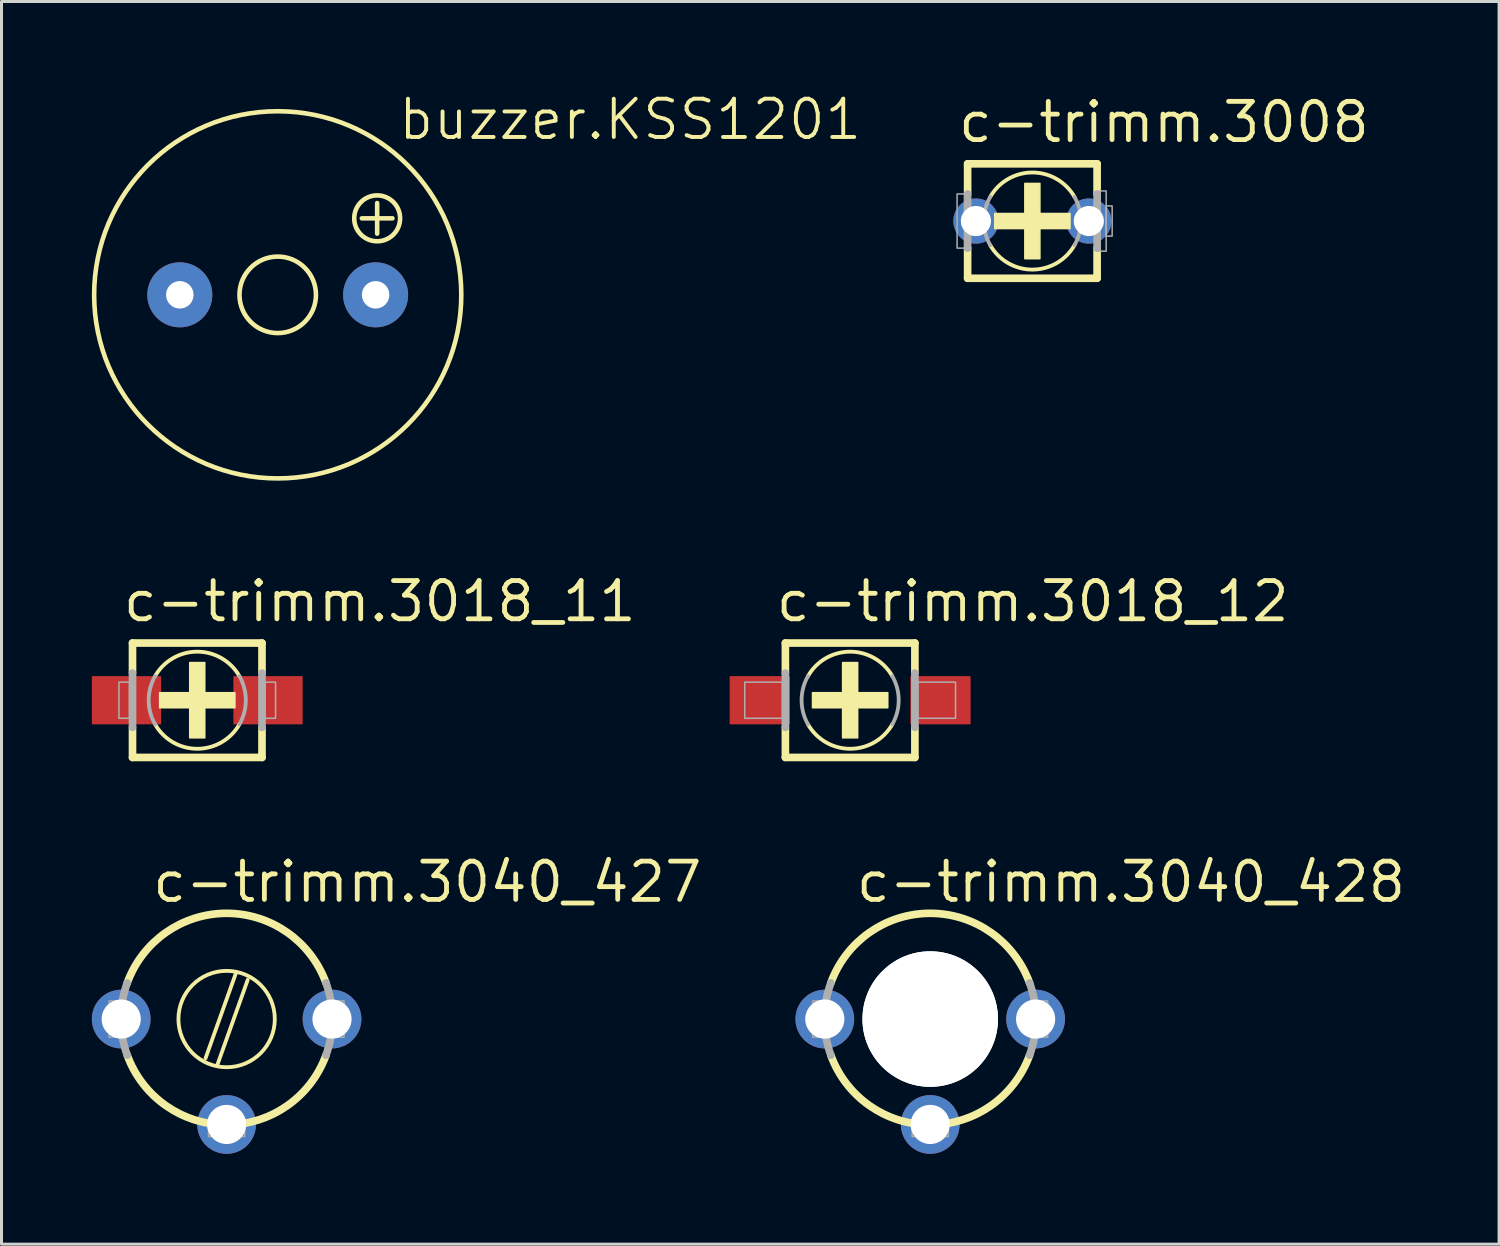
<source format=kicad_pcb>
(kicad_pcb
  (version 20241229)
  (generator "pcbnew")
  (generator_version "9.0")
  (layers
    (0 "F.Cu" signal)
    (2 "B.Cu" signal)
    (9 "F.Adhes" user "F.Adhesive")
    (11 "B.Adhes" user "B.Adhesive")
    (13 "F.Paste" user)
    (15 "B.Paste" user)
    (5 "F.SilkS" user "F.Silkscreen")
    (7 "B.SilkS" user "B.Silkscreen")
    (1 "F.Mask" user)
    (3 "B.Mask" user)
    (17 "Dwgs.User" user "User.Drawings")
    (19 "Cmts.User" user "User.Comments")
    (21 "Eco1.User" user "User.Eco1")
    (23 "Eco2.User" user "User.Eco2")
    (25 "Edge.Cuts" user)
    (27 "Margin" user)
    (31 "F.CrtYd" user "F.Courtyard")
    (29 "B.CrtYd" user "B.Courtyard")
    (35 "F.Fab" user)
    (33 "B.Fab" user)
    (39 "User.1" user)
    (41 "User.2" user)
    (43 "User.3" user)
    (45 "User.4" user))
  (footprint "buzzer.KSS1201"
    (layer "F.Cu")
    (at 6.172 6.74)
    (property "Reference" "buzzer.KSS1201" (at 3.937 -5.08 0) (layer "F.SilkS") (effects (font (size 1.27 1.27) (thickness 0.13)) (justify left bottom)))
    (attr through_hole)
    (fp_line (start 2.794 -2.54) (end 3.81 -2.54) (stroke (width 0.152) (type default)) (layer "F.SilkS"))
    (fp_line (start 3.302 -3.048) (end 3.302 -2.032) (stroke (width 0.152) (type default)) (layer "F.SilkS"))
    (fp_circle (center 0 0) (end 1.27 0) (stroke (width 0.152) (type default)) (fill no) (layer "F.SilkS"))
    (fp_circle (center 0 0) (end 6.096 0) (stroke (width 0.152) (type default)) (fill no) (layer "F.SilkS"))
    (fp_circle (center 3.302 -2.54) (end 4.064 -2.54) (stroke (width 0.152) (type default)) (fill no) (layer "F.SilkS"))
    (pad "+" thru_hole circle (at 3.251 0) (size 2.159 2.159) (drill 0.914) (layers "*.Cu" "*.Mask"))
    (pad "-" thru_hole circle (at -3.251 0) (size 2.159 2.159) (drill 0.914) (layers "*.Cu" "*.Mask")))
  (footprint "c-trimm.3018_12"
    (layer "F.Cu")
    (at 25.18 20.202)
    (property "Reference" "c-trimm.3018_12" (at -2.54 -2.54 0) (layer "F.SilkS") (effects (font (size 1.27 1.27) (thickness 0.16)) (justify left bottom)))
    (attr smd)
    (fp_line (start -2.15 -1.9) (end 2.15 -1.9) (stroke (width 0.254) (type default)) (layer "F.SilkS"))
    (fp_line (start -2.15 -0.9) (end -2.15 -1.9) (stroke (width 0.254) (type default)) (layer "F.SilkS"))
    (fp_line (start -2.15 1.9) (end -2.15 0.9) (stroke (width 0.254) (type default)) (layer "F.SilkS"))
    (fp_line (start 2.15 -1.9) (end 2.15 -0.9) (stroke (width 0.254) (type default)) (layer "F.SilkS"))
    (fp_line (start 2.15 0.9) (end 2.15 1.9) (stroke (width 0.254) (type default)) (layer "F.SilkS"))
    (fp_line (start 2.15 1.9) (end -2.15 1.9) (stroke (width 0.254) (type default)) (layer "F.SilkS"))
    (fp_rect (start -1.25 0.25) (end 1.25 -0.25) (stroke (width 0.05) (type default)) (fill yes) (layer "F.SilkS"))
    (fp_rect (start -0.25 1.25) (end 0.25 -1.25) (stroke (width 0.05) (type default)) (fill yes) (layer "F.SilkS"))
    (fp_arc (start -1.4 -0.8) (mid 0 -1.612452) (end 1.4 -0.8) (stroke (width 0.127) (type default)) (layer "F.SilkS"))
    (fp_arc (start 1.4 0.8) (mid 0 1.612452) (end -1.4 0.8) (stroke (width 0.127) (type default)) (layer "F.SilkS"))
    (fp_line (start -2.15 0.9) (end -2.15 -0.9) (stroke (width 0.254) (type default)) (layer "F.Fab"))
    (fp_line (start 2.15 -0.9) (end 2.15 0.9) (stroke (width 0.254) (type default)) (layer "F.Fab"))
    (fp_rect (start -3.5 0.6) (end -2.25 -0.6) (stroke (width 0.05) (type default)) (fill no) (layer "F.Fab"))
    (fp_rect (start 2.25 0.6) (end 3.5 -0.6) (stroke (width 0.05) (type default)) (fill no) (layer "F.Fab"))
    (fp_arc (start -1.4 0.8) (mid -1.612452 0) (end -1.4 -0.8) (stroke (width 0.127) (type default)) (layer "F.Fab"))
    (fp_arc (start 1.4 -0.8) (mid 1.612452 0) (end 1.4 0.8) (stroke (width 0.127) (type default)) (layer "F.Fab"))
    (pad "+" smd roundrect (at -3 0) (size 2 1.6) (layers "F.Cu" "F.Mask" "F.Paste") (roundrect_rratio 0.01))
    (pad "-" smd roundrect (at 3 0) (size 2 1.6) (layers "F.Cu" "F.Mask" "F.Paste") (roundrect_rratio 0.01)))
  (footprint "c-trimm.3018_11"
    (layer "F.Cu")
    (at 3.5 20.202)
    (property "Reference" "c-trimm.3018_11" (at -2.54 -2.54 0) (layer "F.SilkS") (effects (font (size 1.27 1.27) (thickness 0.16)) (justify left bottom)))
    (attr smd)
    (fp_line (start -2.15 -1.9) (end 2.15 -1.9) (stroke (width 0.254) (type default)) (layer "F.SilkS"))
    (fp_line (start -2.15 -0.9) (end -2.15 -1.9) (stroke (width 0.254) (type default)) (layer "F.SilkS"))
    (fp_line (start -2.15 1.9) (end -2.15 0.9) (stroke (width 0.254) (type default)) (layer "F.SilkS"))
    (fp_line (start 2.15 -1.9) (end 2.15 -0.9) (stroke (width 0.254) (type default)) (layer "F.SilkS"))
    (fp_line (start 2.15 0.9) (end 2.15 1.9) (stroke (width 0.254) (type default)) (layer "F.SilkS"))
    (fp_line (start 2.15 1.9) (end -2.15 1.9) (stroke (width 0.254) (type default)) (layer "F.SilkS"))
    (fp_rect (start -1.25 0.25) (end 1.25 -0.25) (stroke (width 0.05) (type default)) (fill yes) (layer "F.SilkS"))
    (fp_rect (start -0.25 1.25) (end 0.25 -1.25) (stroke (width 0.05) (type default)) (fill yes) (layer "F.SilkS"))
    (fp_arc (start -1.4 -0.8) (mid 0 -1.612452) (end 1.4 -0.8) (stroke (width 0.127) (type default)) (layer "F.SilkS"))
    (fp_arc (start 1.4 0.8) (mid 0 1.612452) (end -1.4 0.8) (stroke (width 0.127) (type default)) (layer "F.SilkS"))
    (fp_line (start -2.15 0.9) (end -2.15 -0.9) (stroke (width 0.254) (type default)) (layer "F.Fab"))
    (fp_line (start 2.15 -0.9) (end 2.15 0.9) (stroke (width 0.254) (type default)) (layer "F.Fab"))
    (fp_rect (start -2.6 0.6) (end -2.25 -0.6) (stroke (width 0.05) (type default)) (fill no) (layer "F.Fab"))
    (fp_rect (start 2.25 0.6) (end 2.6 -0.6) (stroke (width 0.05) (type default)) (fill no) (layer "F.Fab"))
    (fp_arc (start -1.4 0.8) (mid -1.612452 0) (end -1.4 -0.8) (stroke (width 0.127) (type default)) (layer "F.Fab"))
    (fp_arc (start 1.4 -0.8) (mid 1.612452 0) (end 1.4 0.8) (stroke (width 0.127) (type default)) (layer "F.Fab"))
    (pad "+" smd roundrect (at -2.35 0) (size 2.3 1.6) (layers "F.Cu" "F.Mask" "F.Paste") (roundrect_rratio 0.01))
    (pad "-" smd roundrect (at 2.35 0) (size 2.3 1.6) (layers "F.Cu" "F.Mask" "F.Paste") (roundrect_rratio 0.01)))
  (footprint "c-trimm.3008"
    (layer "F.Cu")
    (at 31.231 4.29)
    (property "Reference" "c-trimm.3008" (at -2.54 -2.54 0) (layer "F.SilkS") (effects (font (size 1.27 1.27) (thickness 0.16)) (justify left bottom)))
    (attr through_hole)
    (fp_line (start -2.15 -1.9) (end 2.15 -1.9) (stroke (width 0.254) (type default)) (layer "F.SilkS"))
    (fp_line (start -2.15 -0.9) (end -2.15 -1.9) (stroke (width 0.254) (type default)) (layer "F.SilkS"))
    (fp_line (start -2.15 1.9) (end -2.15 0.9) (stroke (width 0.254) (type default)) (layer "F.SilkS"))
    (fp_line (start 2.15 -1.9) (end 2.15 -0.9) (stroke (width 0.254) (type default)) (layer "F.SilkS"))
    (fp_line (start 2.15 0.9) (end 2.15 1.9) (stroke (width 0.254) (type default)) (layer "F.SilkS"))
    (fp_line (start 2.15 1.9) (end -2.15 1.9) (stroke (width 0.254) (type default)) (layer "F.SilkS"))
    (fp_rect (start -1.25 0.25) (end 1.25 -0.25) (stroke (width 0.05) (type default)) (fill yes) (layer "F.SilkS"))
    (fp_rect (start -0.25 1.25) (end 0.25 -1.25) (stroke (width 0.05) (type default)) (fill yes) (layer "F.SilkS"))
    (fp_arc (start -1.4 -0.8) (mid 0 -1.612452) (end 1.4 -0.8) (stroke (width 0.127) (type default)) (layer "F.SilkS"))
    (fp_arc (start 1.4 0.8) (mid 0 1.612452) (end -1.4 0.8) (stroke (width 0.127) (type default)) (layer "F.SilkS"))
    (fp_line (start -2.15 0.9) (end -2.15 -0.9) (stroke (width 0.254) (type default)) (layer "F.Fab"))
    (fp_line (start 2.15 -0.9) (end 2.15 0.9) (stroke (width 0.254) (type default)) (layer "F.Fab"))
    (fp_rect (start -2.5 0.9) (end -2.25 -0.9) (stroke (width 0.05) (type default)) (fill no) (layer "F.Fab"))
    (fp_rect (start 2.25 1) (end 2.45 -1) (stroke (width 0.05) (type default)) (fill no) (layer "F.Fab"))
    (fp_rect (start 2.45 0.5) (end 2.65 -0.5) (stroke (width 0.05) (type default)) (fill no) (layer "F.Fab"))
    (fp_arc (start -1.4 0.8) (mid -1.612452 0) (end -1.4 -0.8) (stroke (width 0.127) (type default)) (layer "F.Fab"))
    (fp_arc (start 1.4 -0.8) (mid 1.612452 0) (end 1.4 0.8) (stroke (width 0.127) (type default)) (layer "F.Fab"))
    (pad "+" thru_hole circle (at -1.875 0) (size 1.5 1.5) (drill 1) (layers "*.Cu" "*.Mask"))
    (pad "-" thru_hole circle (at 1.875 0) (size 1.5 1.5) (drill 1) (layers "*.Cu" "*.Mask")))
  (footprint "c-trimm.3040_428"
    (layer "F.Cu")
    (at 27.839 30.789)
    (property "Reference" "c-trimm.3040_428" (at -2.54 -3.81 0) (layer "F.SilkS") (effects (font (size 1.27 1.27) (thickness 0.16)) (justify left bottom)))
    (attr through_hole)
    (fp_line (start -0.3 1.5) (end 0.7 -1.3) (stroke (width 0.127) (type default)) (layer "F.SilkS"))
    (fp_line (start 0.3 -1.5) (end -0.7 1.3) (stroke (width 0.127) (type default)) (layer "F.SilkS"))
    (fp_arc (start -3.3 -1.2) (mid 0 -3.51141) (end 3.3 -1.2) (stroke (width 0.254) (type default)) (layer "F.SilkS"))
    (fp_arc (start 3.3 1.2) (mid 0 3.51141) (end -3.3 1.2) (stroke (width 0.254) (type default)) (layer "F.SilkS"))
    (fp_circle (center 0 0) (end 1.6 0) (stroke (width 0.127) (type default)) (fill no) (layer "F.SilkS"))
    (fp_rect (start -3.9 0.6) (end -3.5 -0.6) (stroke (width 0.05) (type default)) (fill no) (layer "F.Fab"))
    (fp_rect (start -0.6 3.9) (end 0.6 3.5) (stroke (width 0.05) (type default)) (fill no) (layer "F.Fab"))
    (fp_rect (start 3.5 0.6) (end 3.9 -0.6) (stroke (width 0.05) (type default)) (fill no) (layer "F.Fab"))
    (fp_arc (start -3.3 1.2) (mid -3.51141 0) (end -3.3 -1.2) (stroke (width 0.254) (type default)) (layer "F.Fab"))
    (fp_arc (start 3.3 -1.2) (mid 3.51141 0) (end 3.3 1.2) (stroke (width 0.254) (type default)) (layer "F.Fab"))
    (pad "" np_thru_hole circle (at 0 0) (size 4.5 4.5) (drill 4.5) (layers "*.Cu" "*.Mask"))
    (pad "" np_thru_hole circle (at 0 0) (size 4.5 4.5) (drill 4.5) (layers "*.Cu" "*.Mask"))
    (pad "1A" thru_hole circle (at -3.5 0) (size 1.95 1.95) (drill 1.3) (layers "*.Cu" "*.Mask"))
    (pad "1B" thru_hole circle (at 3.5 0) (size 1.95 1.95) (drill 1.3) (layers "*.Cu" "*.Mask"))
    (pad "2" thru_hole circle (at 0 3.5) (size 1.95 1.95) (drill 1.3) (layers "*.Cu" "*.Mask")))
  (footprint "c-trimm.3040_427"
    (layer "F.Cu")
    (at 4.475 30.789)
    (property "Reference" "c-trimm.3040_427" (at -2.54 -3.81 0) (layer "F.SilkS") (effects (font (size 1.27 1.27) (thickness 0.16)) (justify left bottom)))
    (attr through_hole)
    (fp_line (start -0.3 1.5) (end 0.7 -1.3) (stroke (width 0.127) (type default)) (layer "F.SilkS"))
    (fp_line (start 0.3 -1.5) (end -0.7 1.3) (stroke (width 0.127) (type default)) (layer "F.SilkS"))
    (fp_arc (start -3.3 -1.2) (mid 0 -3.51141) (end 3.3 -1.2) (stroke (width 0.254) (type default)) (layer "F.SilkS"))
    (fp_arc (start 3.3 1.2) (mid 0 3.51141) (end -3.3 1.2) (stroke (width 0.254) (type default)) (layer "F.SilkS"))
    (fp_circle (center 0 0) (end 1.6 0) (stroke (width 0.127) (type default)) (fill no) (layer "F.SilkS"))
    (fp_rect (start -3.9 0.6) (end -3.5 -0.6) (stroke (width 0.05) (type default)) (fill no) (layer "F.Fab"))
    (fp_rect (start -0.6 3.9) (end 0.6 3.5) (stroke (width 0.05) (type default)) (fill no) (layer "F.Fab"))
    (fp_rect (start 3.5 0.6) (end 3.9 -0.6) (stroke (width 0.05) (type default)) (fill no) (layer "F.Fab"))
    (fp_arc (start -3.3 1.2) (mid -3.51141 0) (end -3.3 -1.2) (stroke (width 0.254) (type default)) (layer "F.Fab"))
    (fp_arc (start 3.3 -1.2) (mid 3.51141 0) (end 3.3 1.2) (stroke (width 0.254) (type default)) (layer "F.Fab"))
    (pad "1A" thru_hole circle (at -3.5 0) (size 1.95 1.95) (drill 1.3) (layers "*.Cu" "*.Mask"))
    (pad "1B" thru_hole circle (at 3.5 0) (size 1.95 1.95) (drill 1.3) (layers "*.Cu" "*.Mask"))
    (pad "2" thru_hole circle (at 0 3.5) (size 1.95 1.95) (drill 1.3) (layers "*.Cu" "*.Mask")))
  (gr_rect
    (start -3 -3)
    (end 46.729 38.264)
    (stroke (width 0.1) (type default))
    (fill no)
    (layer "Edge.Cuts")))
</source>
